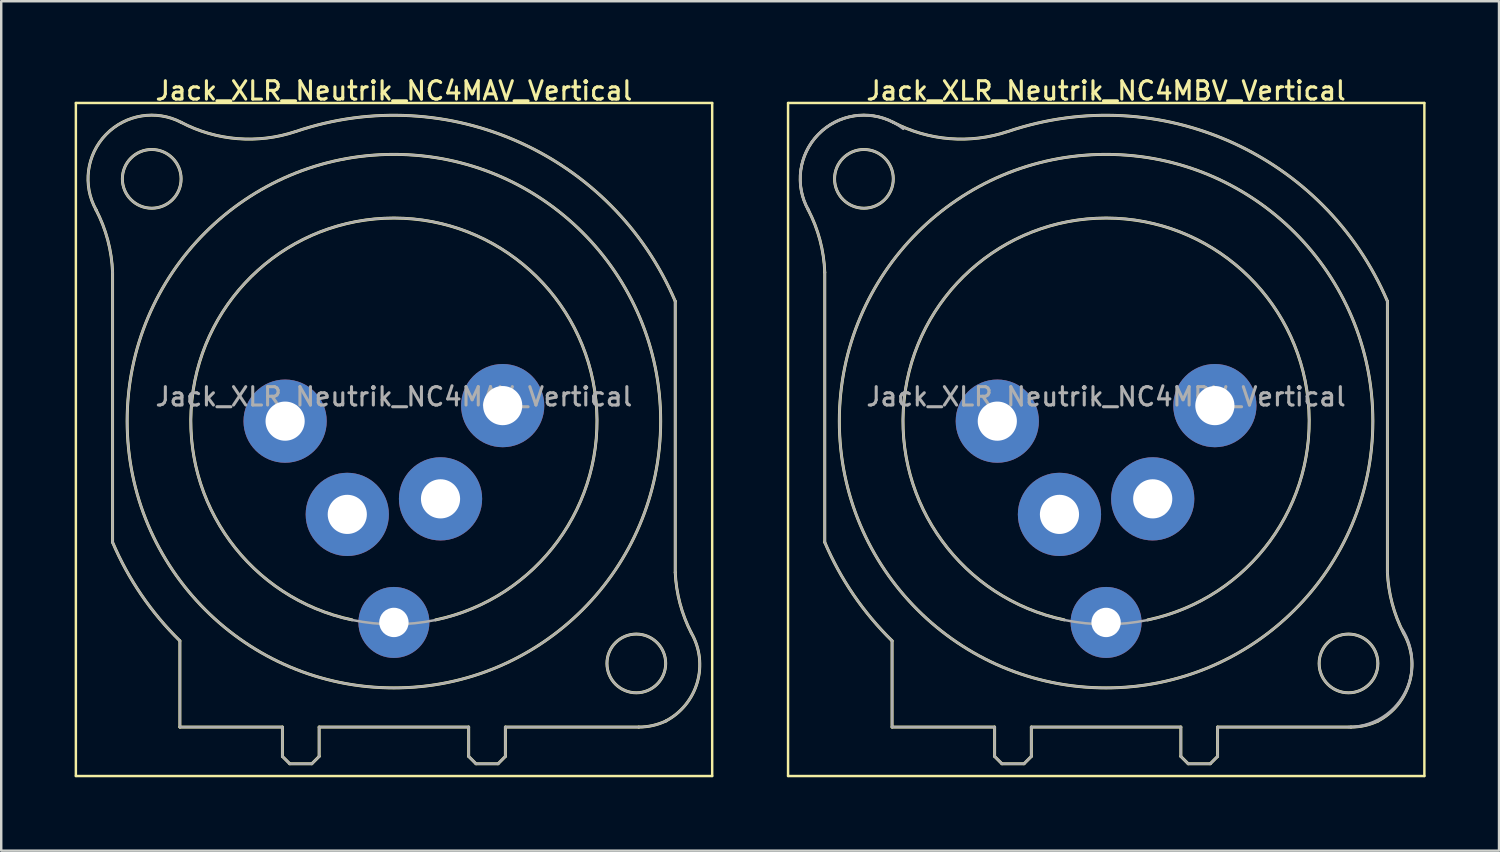
<source format=kicad_pcb>
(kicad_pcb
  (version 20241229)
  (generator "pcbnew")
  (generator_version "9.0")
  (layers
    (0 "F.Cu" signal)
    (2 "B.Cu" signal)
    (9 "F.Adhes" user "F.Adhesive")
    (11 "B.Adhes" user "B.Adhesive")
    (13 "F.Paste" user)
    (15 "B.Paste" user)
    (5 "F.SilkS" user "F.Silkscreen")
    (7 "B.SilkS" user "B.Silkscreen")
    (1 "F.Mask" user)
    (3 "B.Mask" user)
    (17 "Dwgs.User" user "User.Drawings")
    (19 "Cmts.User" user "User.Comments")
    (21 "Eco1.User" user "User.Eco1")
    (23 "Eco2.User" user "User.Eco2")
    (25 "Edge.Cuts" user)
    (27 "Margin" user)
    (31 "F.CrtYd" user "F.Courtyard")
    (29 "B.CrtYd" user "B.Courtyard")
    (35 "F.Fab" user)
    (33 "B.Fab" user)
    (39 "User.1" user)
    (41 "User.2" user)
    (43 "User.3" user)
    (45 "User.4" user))
  (footprint "Jack_XLR_Neutrik_NC4MBV_Vertical"
    (layer "F.Cu")
    (at 37.7 14.158)
    (property "Reference" "Jack_XLR_Neutrik_NC4MBV_Vertical" (at 4.445 -13.5 0) (layer "F.SilkS") (effects (font (size 0.75 0.75) (thickness 0.125))))
    (attr through_hole)
    (fp_line (start -8.55 -13) (end 17.45 -13) (stroke (width 0.1) (type solid)) (layer "F.SilkS"))
    (fp_line (start -8.55 14.5) (end -8.55 -13) (stroke (width 0.1) (type solid)) (layer "F.SilkS"))
    (fp_line (start -7.05 -6.08) (end -7.05 4.95) (stroke (width 0.12) (type solid)) (layer "F.SilkS"))
    (fp_line (start -4.3 12.5) (end -4.3 8.98) (stroke (width 0.12) (type solid)) (layer "F.SilkS"))
    (fp_line (start -0.11 12.5) (end -4.3 12.5) (stroke (width 0.12) (type solid)) (layer "F.SilkS"))
    (fp_line (start -0.11 12.5) (end -0.11 13.7) (stroke (width 0.12) (type solid)) (layer "F.SilkS"))
    (fp_line (start -0.11 13.7) (end 0.19 14) (stroke (width 0.12) (type solid)) (layer "F.SilkS"))
    (fp_line (start 1.09 14) (end 0.19 14) (stroke (width 0.12) (type solid)) (layer "F.SilkS"))
    (fp_line (start 1.39 12.5) (end 1.39 13.7) (stroke (width 0.12) (type solid)) (layer "F.SilkS"))
    (fp_line (start 1.39 13.7) (end 1.09 14) (stroke (width 0.12) (type solid)) (layer "F.SilkS"))
    (fp_line (start 7.5 12.5) (end 1.39 12.5) (stroke (width 0.12) (type solid)) (layer "F.SilkS"))
    (fp_line (start 7.5 12.5) (end 7.5 13.7) (stroke (width 0.12) (type solid)) (layer "F.SilkS"))
    (fp_line (start 7.5 13.7) (end 7.8 14) (stroke (width 0.12) (type solid)) (layer "F.SilkS"))
    (fp_line (start 7.8 14) (end 8.7 14) (stroke (width 0.12) (type solid)) (layer "F.SilkS"))
    (fp_line (start 9 12.5) (end 9 13.7) (stroke (width 0.12) (type solid)) (layer "F.SilkS"))
    (fp_line (start 9 13.7) (end 8.7 14) (stroke (width 0.12) (type solid)) (layer "F.SilkS"))
    (fp_line (start 14.45 12.5) (end 9 12.5) (stroke (width 0.12) (type solid)) (layer "F.SilkS"))
    (fp_line (start 15.94 6.18) (end 15.94 -4.9) (stroke (width 0.12) (type solid)) (layer "F.SilkS"))
    (fp_line (start 17.45 -13) (end 17.45 14.5) (stroke (width 0.1) (type solid)) (layer "F.SilkS"))
    (fp_line (start 17.45 14.5) (end -8.55 14.5) (stroke (width 0.1) (type solid)) (layer "F.SilkS"))
    (fp_arc (start -7.729201 -8.641635) (mid -7.2465 -7.39876) (end -7.05 -6.08) (stroke (width 0.12) (type solid)) (layer "F.SilkS"))
    (fp_arc (start -7.725637 -8.636048) (mid -7.316154 -11.714819) (end -4.25 -12.21) (stroke (width 0.12) (type solid)) (layer "F.SilkS"))
    (fp_arc (start -4.299846 8.975956) (mid -5.873184 7.098411) (end -7.05 4.95) (stroke (width 0.12) (type solid)) (layer "F.SilkS"))
    (fp_arc (start 0.433843 -11.835383) (mid -1.946442 -11.543029) (end -4.25 -12.21) (stroke (width 0.12) (type solid)) (layer "F.SilkS"))
    (fp_arc (start 0.441327 -11.837045) (mid 9.549963 -11.405454) (end 15.94 -4.9) (stroke (width 0.12) (type solid)) (layer "F.SilkS"))
    (fp_arc (start 2.735 8.12) (mid 4.451114 -8.2981) (end 6.143033 8.122511) (stroke (width 0.12) (type solid)) (layer "F.SilkS"))
    (fp_arc (start 15.558668 12.251777) (mid 15.018058 12.437185) (end 14.45 12.5) (stroke (width 0.12) (type solid)) (layer "F.SilkS"))
    (fp_arc (start 16.596979 8.653179) (mid 16.135244 7.451985) (end 15.94 6.18) (stroke (width 0.12) (type solid)) (layer "F.SilkS"))
    (fp_arc (start 16.598286 8.654414) (mid 16.841335 10.672303) (end 15.56 12.25) (stroke (width 0.12) (type solid)) (layer "F.SilkS"))
    (fp_circle (center -5.45 -9.9) (end -4.25 -9.9) (stroke (width 0.12) (type solid)) (fill no) (layer "F.SilkS"))
    (fp_circle (center 4.445 0) (end 15.345 0) (stroke (width 0.12) (type solid)) (fill no) (layer "F.SilkS"))
    (fp_circle (center 14.35 9.9) (end 15.55 9.9) (stroke (width 0.12) (type solid)) (fill no) (layer "F.SilkS"))
    (fp_line (start -7.05 -6.08) (end -7.05 4.95) (stroke (width 0.1) (type solid)) (layer "F.Fab"))
    (fp_line (start -4.3 12.5) (end -4.3 8.98) (stroke (width 0.1) (type solid)) (layer "F.Fab"))
    (fp_line (start -0.11 12.5) (end -4.3 12.5) (stroke (width 0.1) (type solid)) (layer "F.Fab"))
    (fp_line (start -0.11 12.5) (end -0.11 13.7) (stroke (width 0.1) (type solid)) (layer "F.Fab"))
    (fp_line (start -0.11 13.7) (end 0.19 14) (stroke (width 0.1) (type solid)) (layer "F.Fab"))
    (fp_line (start 1.09 14) (end 0.19 14) (stroke (width 0.1) (type solid)) (layer "F.Fab"))
    (fp_line (start 1.39 12.5) (end 1.39 13.7) (stroke (width 0.1) (type solid)) (layer "F.Fab"))
    (fp_line (start 1.39 13.7) (end 1.09 14) (stroke (width 0.1) (type solid)) (layer "F.Fab"))
    (fp_line (start 7.5 12.5) (end 1.39 12.5) (stroke (width 0.1) (type solid)) (layer "F.Fab"))
    (fp_line (start 7.5 12.5) (end 7.5 13.7) (stroke (width 0.1) (type solid)) (layer "F.Fab"))
    (fp_line (start 7.5 13.7) (end 7.8 14) (stroke (width 0.1) (type solid)) (layer "F.Fab"))
    (fp_line (start 7.8 14) (end 8.7 14) (stroke (width 0.1) (type solid)) (layer "F.Fab"))
    (fp_line (start 9 12.5) (end 9 13.7) (stroke (width 0.1) (type solid)) (layer "F.Fab"))
    (fp_line (start 9 13.7) (end 8.7 14) (stroke (width 0.1) (type solid)) (layer "F.Fab"))
    (fp_line (start 14.45 12.5) (end 9 12.5) (stroke (width 0.1) (type solid)) (layer "F.Fab"))
    (fp_line (start 15.94 6.18) (end 15.94 -4.9) (stroke (width 0.1) (type solid)) (layer "F.Fab"))
    (fp_arc (start -7.729201 -8.641635) (mid -7.2465 -7.39876) (end -7.05 -6.08) (stroke (width 0.1) (type solid)) (layer "F.Fab"))
    (fp_arc (start -7.725637 -8.636048) (mid -7.316154 -11.714819) (end -4.25 -12.21) (stroke (width 0.1) (type solid)) (layer "F.Fab"))
    (fp_arc (start -7.685 -8.57) (mid -7.168921 -11.858868) (end -3.840849 -11.942067) (stroke (width 0.1) (type solid)) (layer "F.Fab"))
    (fp_arc (start -4.299846 8.975956) (mid -5.873184 7.098411) (end -7.05 4.95) (stroke (width 0.1) (type solid)) (layer "F.Fab"))
    (fp_arc (start 0.433843 -11.835383) (mid -1.946442 -11.543029) (end -4.25 -12.21) (stroke (width 0.1) (type solid)) (layer "F.Fab"))
    (fp_arc (start 0.441327 -11.837045) (mid 9.549963 -11.405454) (end 15.94 -4.9) (stroke (width 0.1) (type solid)) (layer "F.Fab"))
    (fp_arc (start 15.558668 12.251777) (mid 15.018058 12.437185) (end 14.45 12.5) (stroke (width 0.1) (type solid)) (layer "F.Fab"))
    (fp_arc (start 16.555 8.516) (mid 16.62253 11.159357) (end 14.343337 12.499945) (stroke (width 0.1) (type solid)) (layer "F.Fab"))
    (fp_arc (start 16.596979 8.653179) (mid 16.135244 7.451985) (end 15.94 6.18) (stroke (width 0.1) (type solid)) (layer "F.Fab"))
    (fp_arc (start 16.598286 8.654414) (mid 16.841335 10.672303) (end 15.56 12.25) (stroke (width 0.1) (type solid)) (layer "F.Fab"))
    (fp_circle (center -5.45 -9.9) (end -4.25 -9.9) (stroke (width 0.1) (type solid)) (fill no) (layer "F.Fab"))
    (fp_circle (center 4.445 0) (end 12.745 0) (stroke (width 0.1) (type solid)) (fill no) (layer "F.Fab"))
    (fp_circle (center 4.445 0) (end 15.345 0) (stroke (width 0.1) (type solid)) (fill no) (layer "F.Fab"))
    (fp_circle (center 14.35 9.9) (end 15.55 9.9) (stroke (width 0.1) (type solid)) (fill no) (layer "F.Fab"))
    (fp_text user "${REFERENCE}" (at 4.445 -1 0) (layer "F.Fab") (effects (font (size 0.75 0.75) (thickness 0.125))))
    (pad "1" thru_hole circle (at 0 0) (size 3.4 3.4) (drill 1.6) (layers "*.Cu" "*.Mask"))
    (pad "2" thru_hole circle (at 2.54 3.81) (size 3.4 3.4) (drill 1.6) (layers "*.Cu" "*.Mask"))
    (pad "3" thru_hole circle (at 6.35 3.175) (size 3.4 3.4) (drill 1.6) (layers "*.Cu" "*.Mask"))
    (pad "4" thru_hole circle (at 8.89 -0.635) (size 3.4 3.4) (drill 1.6) (layers "*.Cu" "*.Mask"))
    (pad "G" thru_hole circle (at 4.445 8.225) (size 2.9 2.9) (drill 1.2) (layers "*.Cu" "*.Mask")))
  (footprint "Jack_XLR_Neutrik_NC4MAV_Vertical"
    (layer "F.Cu")
    (at 8.6 14.158)
    (property "Reference" "Jack_XLR_Neutrik_NC4MAV_Vertical" (at 4.445 -13.5 0) (layer "F.SilkS") (effects (font (size 0.75 0.75) (thickness 0.125))))
    (attr through_hole)
    (fp_line (start -8.55 -13) (end 17.45 -13) (stroke (width 0.1) (type solid)) (layer "F.SilkS"))
    (fp_line (start -8.55 14.5) (end -8.55 -13) (stroke (width 0.1) (type solid)) (layer "F.SilkS"))
    (fp_line (start -7.05 -6.08) (end -7.05 4.95) (stroke (width 0.12) (type solid)) (layer "F.SilkS"))
    (fp_line (start -4.3 12.5) (end -4.3 8.98) (stroke (width 0.12) (type solid)) (layer "F.SilkS"))
    (fp_line (start -0.11 12.5) (end -4.3 12.5) (stroke (width 0.12) (type solid)) (layer "F.SilkS"))
    (fp_line (start -0.11 12.5) (end -0.11 13.7) (stroke (width 0.12) (type solid)) (layer "F.SilkS"))
    (fp_line (start -0.11 13.7) (end 0.19 14) (stroke (width 0.12) (type solid)) (layer "F.SilkS"))
    (fp_line (start 1.09 14) (end 0.19 14) (stroke (width 0.12) (type solid)) (layer "F.SilkS"))
    (fp_line (start 1.39 12.5) (end 1.39 13.7) (stroke (width 0.12) (type solid)) (layer "F.SilkS"))
    (fp_line (start 1.39 13.7) (end 1.09 14) (stroke (width 0.12) (type solid)) (layer "F.SilkS"))
    (fp_line (start 7.5 12.5) (end 1.39 12.5) (stroke (width 0.12) (type solid)) (layer "F.SilkS"))
    (fp_line (start 7.5 12.5) (end 7.5 13.7) (stroke (width 0.12) (type solid)) (layer "F.SilkS"))
    (fp_line (start 7.5 13.7) (end 7.8 14) (stroke (width 0.12) (type solid)) (layer "F.SilkS"))
    (fp_line (start 7.8 14) (end 8.7 14) (stroke (width 0.12) (type solid)) (layer "F.SilkS"))
    (fp_line (start 9 12.5) (end 9 13.7) (stroke (width 0.12) (type solid)) (layer "F.SilkS"))
    (fp_line (start 9 13.7) (end 8.7 14) (stroke (width 0.12) (type solid)) (layer "F.SilkS"))
    (fp_line (start 14.45 12.5) (end 9 12.5) (stroke (width 0.12) (type solid)) (layer "F.SilkS"))
    (fp_line (start 15.94 6.18) (end 15.94 -4.9) (stroke (width 0.12) (type solid)) (layer "F.SilkS"))
    (fp_line (start 17.45 -13) (end 17.45 14.5) (stroke (width 0.1) (type solid)) (layer "F.SilkS"))
    (fp_line (start 17.45 14.5) (end -8.55 14.5) (stroke (width 0.1) (type solid)) (layer "F.SilkS"))
    (fp_arc (start -7.729201 -8.641635) (mid -7.2465 -7.39876) (end -7.05 -6.08) (stroke (width 0.12) (type solid)) (layer "F.SilkS"))
    (fp_arc (start -7.725637 -8.636048) (mid -7.316154 -11.714819) (end -4.25 -12.21) (stroke (width 0.12) (type solid)) (layer "F.SilkS"))
    (fp_arc (start -4.299846 8.975956) (mid -5.873184 7.098411) (end -7.05 4.95) (stroke (width 0.12) (type solid)) (layer "F.SilkS"))
    (fp_arc (start 0.433843 -11.835383) (mid -1.946442 -11.543029) (end -4.25 -12.21) (stroke (width 0.12) (type solid)) (layer "F.SilkS"))
    (fp_arc (start 0.441327 -11.837045) (mid 9.549963 -11.405454) (end 15.94 -4.9) (stroke (width 0.12) (type solid)) (layer "F.SilkS"))
    (fp_arc (start 2.735 8.12) (mid 4.451114 -8.2981) (end 6.143033 8.122511) (stroke (width 0.12) (type solid)) (layer "F.SilkS"))
    (fp_arc (start 15.558668 12.251777) (mid 15.018058 12.437185) (end 14.45 12.5) (stroke (width 0.12) (type solid)) (layer "F.SilkS"))
    (fp_arc (start 16.596979 8.653179) (mid 16.135244 7.451985) (end 15.94 6.18) (stroke (width 0.12) (type solid)) (layer "F.SilkS"))
    (fp_arc (start 16.598286 8.654414) (mid 16.841335 10.672303) (end 15.56 12.25) (stroke (width 0.12) (type solid)) (layer "F.SilkS"))
    (fp_circle (center -5.45 -9.9) (end -4.25 -9.9) (stroke (width 0.12) (type solid)) (fill no) (layer "F.SilkS"))
    (fp_circle (center 4.445 0) (end 15.345 0) (stroke (width 0.12) (type solid)) (fill no) (layer "F.SilkS"))
    (fp_circle (center 14.35 9.9) (end 15.55 9.9) (stroke (width 0.12) (type solid)) (fill no) (layer "F.SilkS"))
    (fp_line (start -7.05 -6.08) (end -7.05 4.95) (stroke (width 0.1) (type solid)) (layer "F.Fab"))
    (fp_line (start -4.3 12.5) (end -4.3 8.98) (stroke (width 0.1) (type solid)) (layer "F.Fab"))
    (fp_line (start -0.11 12.5) (end -4.3 12.5) (stroke (width 0.1) (type solid)) (layer "F.Fab"))
    (fp_line (start -0.11 12.5) (end -0.11 13.7) (stroke (width 0.1) (type solid)) (layer "F.Fab"))
    (fp_line (start -0.11 13.7) (end 0.19 14) (stroke (width 0.1) (type solid)) (layer "F.Fab"))
    (fp_line (start 1.09 14) (end 0.19 14) (stroke (width 0.1) (type solid)) (layer "F.Fab"))
    (fp_line (start 1.39 12.5) (end 1.39 13.7) (stroke (width 0.1) (type solid)) (layer "F.Fab"))
    (fp_line (start 1.39 13.7) (end 1.09 14) (stroke (width 0.1) (type solid)) (layer "F.Fab"))
    (fp_line (start 7.5 12.5) (end 1.39 12.5) (stroke (width 0.1) (type solid)) (layer "F.Fab"))
    (fp_line (start 7.5 12.5) (end 7.5 13.7) (stroke (width 0.1) (type solid)) (layer "F.Fab"))
    (fp_line (start 7.5 13.7) (end 7.8 14) (stroke (width 0.1) (type solid)) (layer "F.Fab"))
    (fp_line (start 7.8 14) (end 8.7 14) (stroke (width 0.1) (type solid)) (layer "F.Fab"))
    (fp_line (start 9 12.5) (end 9 13.7) (stroke (width 0.1) (type solid)) (layer "F.Fab"))
    (fp_line (start 9 13.7) (end 8.7 14) (stroke (width 0.1) (type solid)) (layer "F.Fab"))
    (fp_line (start 14.45 12.5) (end 9 12.5) (stroke (width 0.1) (type solid)) (layer "F.Fab"))
    (fp_line (start 15.94 6.18) (end 15.94 -4.9) (stroke (width 0.1) (type solid)) (layer "F.Fab"))
    (fp_arc (start -7.729201 -8.641635) (mid -7.2465 -7.39876) (end -7.05 -6.08) (stroke (width 0.1) (type solid)) (layer "F.Fab"))
    (fp_arc (start -7.725637 -8.636048) (mid -7.316154 -11.714819) (end -4.25 -12.21) (stroke (width 0.1) (type solid)) (layer "F.Fab"))
    (fp_arc (start -4.299846 8.975956) (mid -5.873184 7.098411) (end -7.05 4.95) (stroke (width 0.1) (type solid)) (layer "F.Fab"))
    (fp_arc (start 0.433843 -11.835383) (mid -1.946442 -11.543029) (end -4.25 -12.21) (stroke (width 0.1) (type solid)) (layer "F.Fab"))
    (fp_arc (start 0.441327 -11.837045) (mid 9.549963 -11.405454) (end 15.94 -4.9) (stroke (width 0.1) (type solid)) (layer "F.Fab"))
    (fp_arc (start 15.558668 12.251777) (mid 15.018058 12.437185) (end 14.45 12.5) (stroke (width 0.1) (type solid)) (layer "F.Fab"))
    (fp_arc (start 16.596979 8.653179) (mid 16.135244 7.451985) (end 15.94 6.18) (stroke (width 0.1) (type solid)) (layer "F.Fab"))
    (fp_arc (start 16.598286 8.654414) (mid 16.841335 10.672303) (end 15.56 12.25) (stroke (width 0.1) (type solid)) (layer "F.Fab"))
    (fp_circle (center -5.45 -9.9) (end -4.25 -9.9) (stroke (width 0.1) (type solid)) (fill no) (layer "F.Fab"))
    (fp_circle (center 4.445 0) (end 12.745 0) (stroke (width 0.1) (type solid)) (fill no) (layer "F.Fab"))
    (fp_circle (center 4.445 0) (end 15.345 0) (stroke (width 0.1) (type solid)) (fill no) (layer "F.Fab"))
    (fp_circle (center 14.35 9.9) (end 15.55 9.9) (stroke (width 0.1) (type solid)) (fill no) (layer "F.Fab"))
    (fp_text user "${REFERENCE}" (at 4.445 -1 0) (layer "F.Fab") (effects (font (size 0.75 0.75) (thickness 0.125))))
    (pad "1" thru_hole circle (at 0 0) (size 3.4 3.4) (drill 1.6) (layers "*.Cu" "*.Mask"))
    (pad "2" thru_hole circle (at 2.54 3.81) (size 3.4 3.4) (drill 1.6) (layers "*.Cu" "*.Mask"))
    (pad "3" thru_hole circle (at 6.35 3.175) (size 3.4 3.4) (drill 1.6) (layers "*.Cu" "*.Mask"))
    (pad "4" thru_hole circle (at 8.89 -0.635) (size 3.4 3.4) (drill 1.6) (layers "*.Cu" "*.Mask"))
    (pad "G" thru_hole circle (at 4.445 8.225) (size 2.9 2.9) (drill 1.2) (layers "*.Cu" "*.Mask")))
  (gr_rect
    (start -3 -3)
    (end 58.2 31.708)
    (stroke (width 0.1) (type default))
    (fill no)
    (layer "Edge.Cuts")))
</source>
